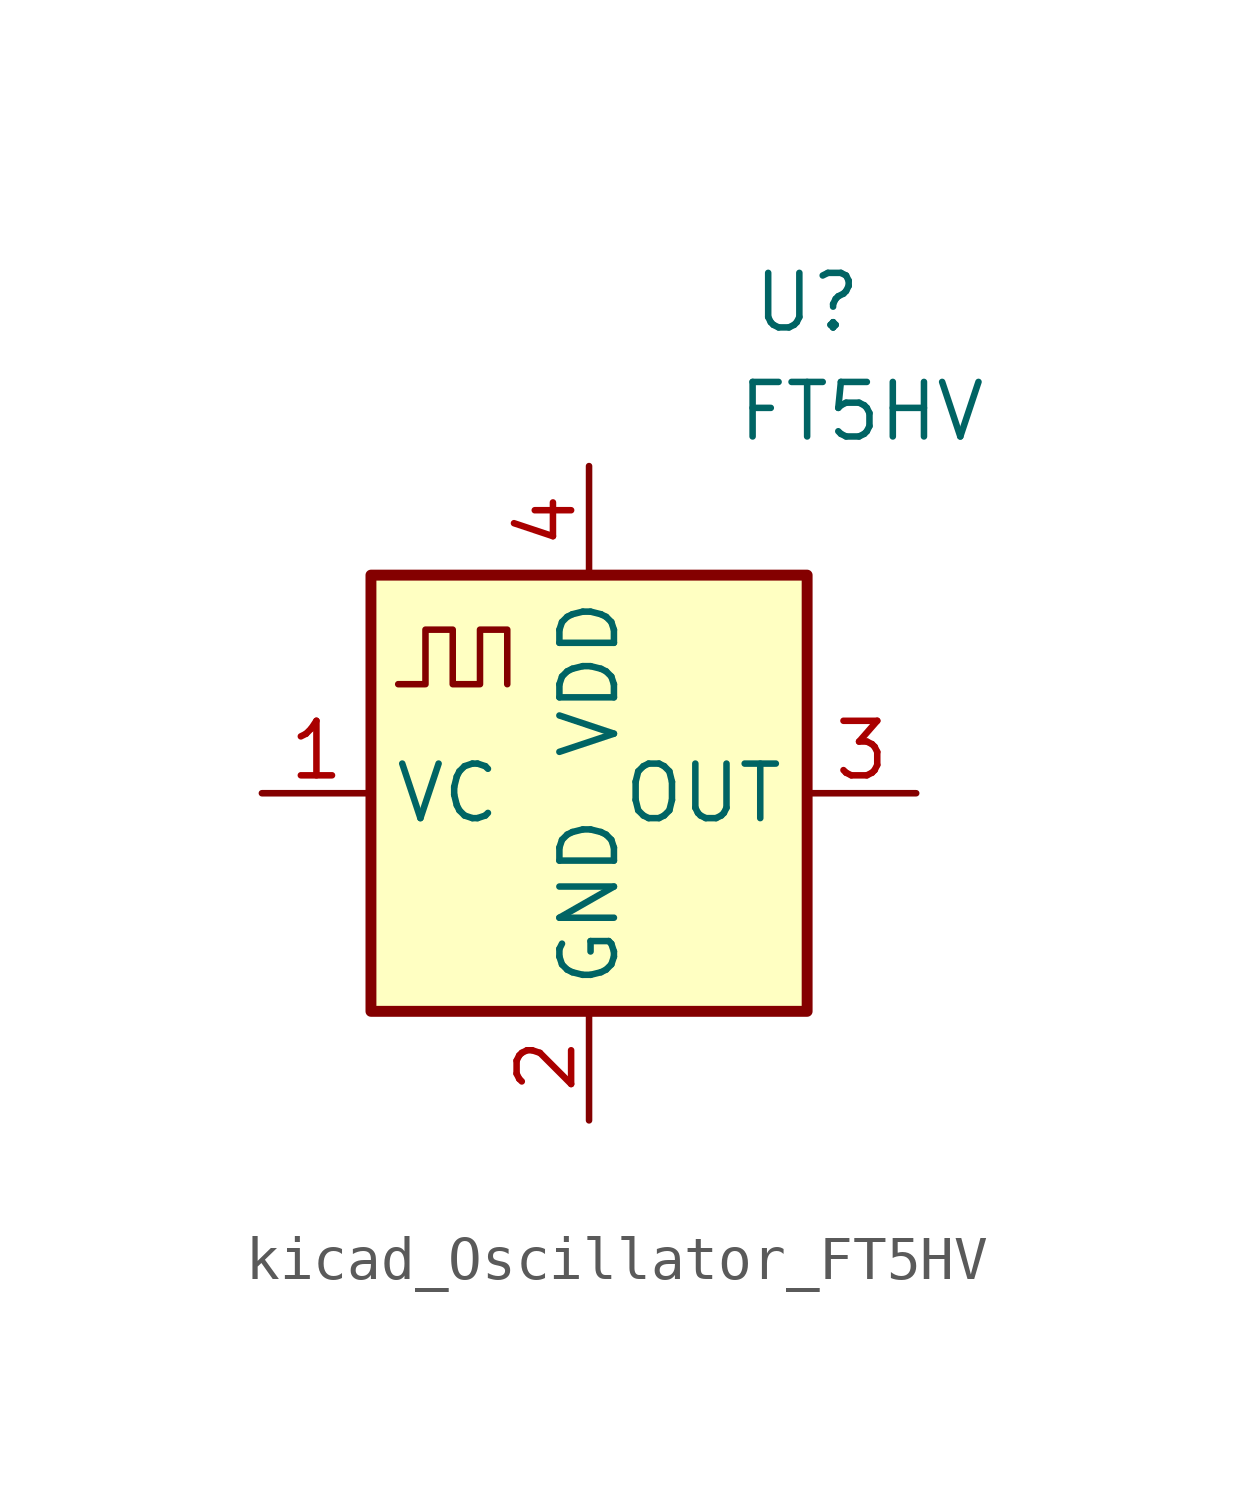
<source format=kicad_sym>
(kicad_symbol_lib
  (version 20220914)
  (generator kicad_symbol_editor)
  (symbol "kicad_Oscillator_FT5HV"
    (property "Reference" "U"
      (at 5.08 11.43 0)
      (effects (font (size 1.27 1.27))))
    (property "Value" "FT5HV"
      (at 6.35 8.89 0)
      (effects (font (size 1.27 1.27))))
    (symbol "kicad_Oscillator_FT5HV_0_1"
      (rectangle (start -5.08 5.08) (end 5.08 -5.08) (stroke (width 0.254) (type default)) (fill (type background)))
      (polyline (pts (xy -4.445 2.54) (xy -3.81 2.54) (xy -3.81 3.81) (xy -3.175 3.81) (xy -3.175 2.54) (xy -2.54 2.54) (xy -2.54 3.81) (xy -1.905 3.81) (xy -1.905 2.54)) (stroke (width 0) (type default)) (fill (type none))))
    (symbol "kicad_Oscillator_FT5HV_1_1"
      (pin input line (at -7.62 0 0) (length 2.54) (name "VC" (effects (font (size 1.27 1.27)))) (number "1" (effects (font (size 1.27 1.27)))))
      (pin power_in line (at 0 -7.62 90) (length 2.54) (name "GND" (effects (font (size 1.27 1.27)))) (number "2" (effects (font (size 1.27 1.27)))))
      (pin output line (at 7.62 0 180) (length 2.54) (name "OUT" (effects (font (size 1.27 1.27)))) (number "3" (effects (font (size 1.27 1.27)))))
      (pin power_in line (at 0 7.62 270) (length 2.54) (name "VDD" (effects (font (size 1.27 1.27)))) (number "4" (effects (font (size 1.27 1.27))))))))
</source>
